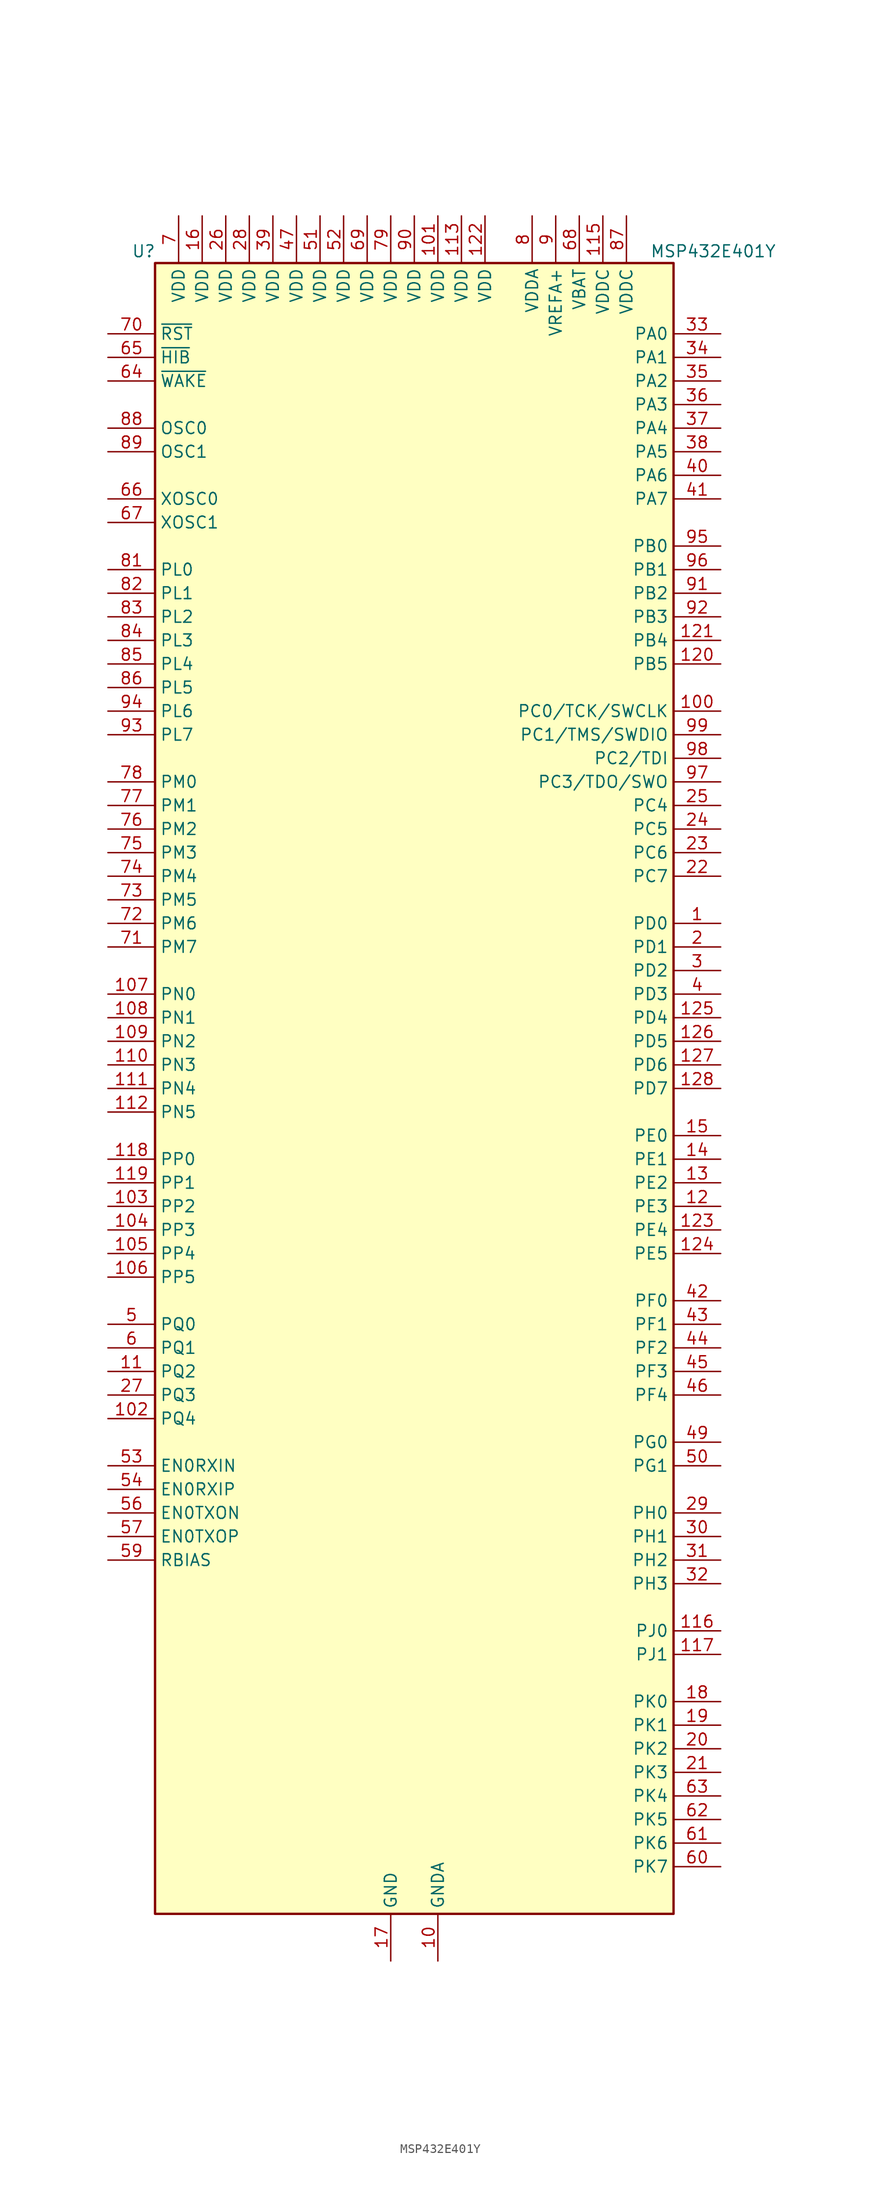
<source format=kicad_sym>
(kicad_symbol_lib
  (version 20201005)
  (generator kicad_symbol_editor)
  (symbol "MCU_Texas:MSP432E401Y"
    (property "Reference" "U"
      (at -30.48 90.17 0)
      (effects (font (size 1.27 1.27)) (justify left)))
    (property "Value" "MSP432E401Y"
      (at 25.4 90.17 0)
      (effects (font (size 1.27 1.27)) (justify left)))
    (symbol "MSP432E401Y_1_1"
      (rectangle (start -27.94 -88.9) (end 27.94 88.9) (stroke (width 0.254)) (fill (type background)))
      (pin bidirectional line (at 33.02 17.78 180) (length 5.08) (name "PD0" (effects (font (size 1.27 1.27)))) (number "1" (effects (font (size 1.27 1.27)))))
      (pin power_in line (at 2.54 -93.98 90) (length 5.08) (name "GNDA" (effects (font (size 1.27 1.27)))) (number "10" (effects (font (size 1.27 1.27)))))
      (pin bidirectional line (at 33.02 40.64 180) (length 5.08) (name "PC0/TCK/SWCLK" (effects (font (size 1.27 1.27)))) (number "100" (effects (font (size 1.27 1.27)))))
      (pin power_in line (at 2.54 93.98 270) (length 5.08) (name "VDD" (effects (font (size 1.27 1.27)))) (number "101" (effects (font (size 1.27 1.27)))))
      (pin bidirectional line (at -33.02 -35.56 0) (length 5.08) (name "PQ4" (effects (font (size 1.27 1.27)))) (number "102" (effects (font (size 1.27 1.27)))))
      (pin bidirectional line (at -33.02 -12.7 0) (length 5.08) (name "PP2" (effects (font (size 1.27 1.27)))) (number "103" (effects (font (size 1.27 1.27)))))
      (pin bidirectional line (at -33.02 -15.24 0) (length 5.08) (name "PP3" (effects (font (size 1.27 1.27)))) (number "104" (effects (font (size 1.27 1.27)))))
      (pin bidirectional line (at -33.02 -17.78 0) (length 5.08) (name "PP4" (effects (font (size 1.27 1.27)))) (number "105" (effects (font (size 1.27 1.27)))))
      (pin bidirectional line (at -33.02 -20.32 0) (length 5.08) (name "PP5" (effects (font (size 1.27 1.27)))) (number "106" (effects (font (size 1.27 1.27)))))
      (pin bidirectional line (at -33.02 10.16 0) (length 5.08) (name "PN0" (effects (font (size 1.27 1.27)))) (number "107" (effects (font (size 1.27 1.27)))))
      (pin bidirectional line (at -33.02 7.62 0) (length 5.08) (name "PN1" (effects (font (size 1.27 1.27)))) (number "108" (effects (font (size 1.27 1.27)))))
      (pin bidirectional line (at -33.02 5.08 0) (length 5.08) (name "PN2" (effects (font (size 1.27 1.27)))) (number "109" (effects (font (size 1.27 1.27)))))
      (pin bidirectional line (at -33.02 -30.48 0) (length 5.08) (name "PQ2" (effects (font (size 1.27 1.27)))) (number "11" (effects (font (size 1.27 1.27)))))
      (pin bidirectional line (at -33.02 2.54 0) (length 5.08) (name "PN3" (effects (font (size 1.27 1.27)))) (number "110" (effects (font (size 1.27 1.27)))))
      (pin bidirectional line (at -33.02 0 0) (length 5.08) (name "PN4" (effects (font (size 1.27 1.27)))) (number "111" (effects (font (size 1.27 1.27)))))
      (pin bidirectional line (at -33.02 -2.54 0) (length 5.08) (name "PN5" (effects (font (size 1.27 1.27)))) (number "112" (effects (font (size 1.27 1.27)))))
      (pin power_in line (at 5.08 93.98 270) (length 5.08) (name "VDD" (effects (font (size 1.27 1.27)))) (number "113" (effects (font (size 1.27 1.27)))))
      (pin passive line (at -2.54 -93.98 90) (length 5.08) hide (name "GND" (effects (font (size 1.27 1.27)))) (number "114" (effects (font (size 1.27 1.27)))))
      (pin power_in line (at 20.32 93.98 270) (length 5.08) (name "VDDC" (effects (font (size 1.27 1.27)))) (number "115" (effects (font (size 1.27 1.27)))))
      (pin bidirectional line (at 33.02 -58.42 180) (length 5.08) (name "PJ0" (effects (font (size 1.27 1.27)))) (number "116" (effects (font (size 1.27 1.27)))))
      (pin bidirectional line (at 33.02 -60.96 180) (length 5.08) (name "PJ1" (effects (font (size 1.27 1.27)))) (number "117" (effects (font (size 1.27 1.27)))))
      (pin bidirectional line (at -33.02 -7.62 0) (length 5.08) (name "PP0" (effects (font (size 1.27 1.27)))) (number "118" (effects (font (size 1.27 1.27)))))
      (pin bidirectional line (at -33.02 -10.16 0) (length 5.08) (name "PP1" (effects (font (size 1.27 1.27)))) (number "119" (effects (font (size 1.27 1.27)))))
      (pin bidirectional line (at 33.02 -12.7 180) (length 5.08) (name "PE3" (effects (font (size 1.27 1.27)))) (number "12" (effects (font (size 1.27 1.27)))))
      (pin bidirectional line (at 33.02 45.72 180) (length 5.08) (name "PB5" (effects (font (size 1.27 1.27)))) (number "120" (effects (font (size 1.27 1.27)))))
      (pin bidirectional line (at 33.02 48.26 180) (length 5.08) (name "PB4" (effects (font (size 1.27 1.27)))) (number "121" (effects (font (size 1.27 1.27)))))
      (pin power_in line (at 7.62 93.98 270) (length 5.08) (name "VDD" (effects (font (size 1.27 1.27)))) (number "122" (effects (font (size 1.27 1.27)))))
      (pin bidirectional line (at 33.02 -15.24 180) (length 5.08) (name "PE4" (effects (font (size 1.27 1.27)))) (number "123" (effects (font (size 1.27 1.27)))))
      (pin bidirectional line (at 33.02 -17.78 180) (length 5.08) (name "PE5" (effects (font (size 1.27 1.27)))) (number "124" (effects (font (size 1.27 1.27)))))
      (pin bidirectional line (at 33.02 7.62 180) (length 5.08) (name "PD4" (effects (font (size 1.27 1.27)))) (number "125" (effects (font (size 1.27 1.27)))))
      (pin bidirectional line (at 33.02 5.08 180) (length 5.08) (name "PD5" (effects (font (size 1.27 1.27)))) (number "126" (effects (font (size 1.27 1.27)))))
      (pin bidirectional line (at 33.02 2.54 180) (length 5.08) (name "PD6" (effects (font (size 1.27 1.27)))) (number "127" (effects (font (size 1.27 1.27)))))
      (pin bidirectional line (at 33.02 0 180) (length 5.08) (name "PD7" (effects (font (size 1.27 1.27)))) (number "128" (effects (font (size 1.27 1.27)))))
      (pin bidirectional line (at 33.02 -10.16 180) (length 5.08) (name "PE2" (effects (font (size 1.27 1.27)))) (number "13" (effects (font (size 1.27 1.27)))))
      (pin bidirectional line (at 33.02 -7.62 180) (length 5.08) (name "PE1" (effects (font (size 1.27 1.27)))) (number "14" (effects (font (size 1.27 1.27)))))
      (pin bidirectional line (at 33.02 -5.08 180) (length 5.08) (name "PE0" (effects (font (size 1.27 1.27)))) (number "15" (effects (font (size 1.27 1.27)))))
      (pin power_in line (at -22.86 93.98 270) (length 5.08) (name "VDD" (effects (font (size 1.27 1.27)))) (number "16" (effects (font (size 1.27 1.27)))))
      (pin power_in line (at -2.54 -93.98 90) (length 5.08) (name "GND" (effects (font (size 1.27 1.27)))) (number "17" (effects (font (size 1.27 1.27)))))
      (pin bidirectional line (at 33.02 -66.04 180) (length 5.08) (name "PK0" (effects (font (size 1.27 1.27)))) (number "18" (effects (font (size 1.27 1.27)))))
      (pin bidirectional line (at 33.02 -68.58 180) (length 5.08) (name "PK1" (effects (font (size 1.27 1.27)))) (number "19" (effects (font (size 1.27 1.27)))))
      (pin bidirectional line (at 33.02 15.24 180) (length 5.08) (name "PD1" (effects (font (size 1.27 1.27)))) (number "2" (effects (font (size 1.27 1.27)))))
      (pin bidirectional line (at 33.02 -71.12 180) (length 5.08) (name "PK2" (effects (font (size 1.27 1.27)))) (number "20" (effects (font (size 1.27 1.27)))))
      (pin bidirectional line (at 33.02 -73.66 180) (length 5.08) (name "PK3" (effects (font (size 1.27 1.27)))) (number "21" (effects (font (size 1.27 1.27)))))
      (pin bidirectional line (at 33.02 22.86 180) (length 5.08) (name "PC7" (effects (font (size 1.27 1.27)))) (number "22" (effects (font (size 1.27 1.27)))))
      (pin bidirectional line (at 33.02 25.4 180) (length 5.08) (name "PC6" (effects (font (size 1.27 1.27)))) (number "23" (effects (font (size 1.27 1.27)))))
      (pin bidirectional line (at 33.02 27.94 180) (length 5.08) (name "PC5" (effects (font (size 1.27 1.27)))) (number "24" (effects (font (size 1.27 1.27)))))
      (pin bidirectional line (at 33.02 30.48 180) (length 5.08) (name "PC4" (effects (font (size 1.27 1.27)))) (number "25" (effects (font (size 1.27 1.27)))))
      (pin power_in line (at -20.32 93.98 270) (length 5.08) (name "VDD" (effects (font (size 1.27 1.27)))) (number "26" (effects (font (size 1.27 1.27)))))
      (pin bidirectional line (at -33.02 -33.02 0) (length 5.08) (name "PQ3" (effects (font (size 1.27 1.27)))) (number "27" (effects (font (size 1.27 1.27)))))
      (pin power_in line (at -17.78 93.98 270) (length 5.08) (name "VDD" (effects (font (size 1.27 1.27)))) (number "28" (effects (font (size 1.27 1.27)))))
      (pin bidirectional line (at 33.02 -45.72 180) (length 5.08) (name "PH0" (effects (font (size 1.27 1.27)))) (number "29" (effects (font (size 1.27 1.27)))))
      (pin bidirectional line (at 33.02 12.7 180) (length 5.08) (name "PD2" (effects (font (size 1.27 1.27)))) (number "3" (effects (font (size 1.27 1.27)))))
      (pin bidirectional line (at 33.02 -48.26 180) (length 5.08) (name "PH1" (effects (font (size 1.27 1.27)))) (number "30" (effects (font (size 1.27 1.27)))))
      (pin bidirectional line (at 33.02 -50.8 180) (length 5.08) (name "PH2" (effects (font (size 1.27 1.27)))) (number "31" (effects (font (size 1.27 1.27)))))
      (pin bidirectional line (at 33.02 -53.34 180) (length 5.08) (name "PH3" (effects (font (size 1.27 1.27)))) (number "32" (effects (font (size 1.27 1.27)))))
      (pin bidirectional line (at 33.02 81.28 180) (length 5.08) (name "PA0" (effects (font (size 1.27 1.27)))) (number "33" (effects (font (size 1.27 1.27)))))
      (pin bidirectional line (at 33.02 78.74 180) (length 5.08) (name "PA1" (effects (font (size 1.27 1.27)))) (number "34" (effects (font (size 1.27 1.27)))))
      (pin bidirectional line (at 33.02 76.2 180) (length 5.08) (name "PA2" (effects (font (size 1.27 1.27)))) (number "35" (effects (font (size 1.27 1.27)))))
      (pin bidirectional line (at 33.02 73.66 180) (length 5.08) (name "PA3" (effects (font (size 1.27 1.27)))) (number "36" (effects (font (size 1.27 1.27)))))
      (pin bidirectional line (at 33.02 71.12 180) (length 5.08) (name "PA4" (effects (font (size 1.27 1.27)))) (number "37" (effects (font (size 1.27 1.27)))))
      (pin bidirectional line (at 33.02 68.58 180) (length 5.08) (name "PA5" (effects (font (size 1.27 1.27)))) (number "38" (effects (font (size 1.27 1.27)))))
      (pin power_in line (at -15.24 93.98 270) (length 5.08) (name "VDD" (effects (font (size 1.27 1.27)))) (number "39" (effects (font (size 1.27 1.27)))))
      (pin bidirectional line (at 33.02 10.16 180) (length 5.08) (name "PD3" (effects (font (size 1.27 1.27)))) (number "4" (effects (font (size 1.27 1.27)))))
      (pin bidirectional line (at 33.02 66.04 180) (length 5.08) (name "PA6" (effects (font (size 1.27 1.27)))) (number "40" (effects (font (size 1.27 1.27)))))
      (pin bidirectional line (at 33.02 63.5 180) (length 5.08) (name "PA7" (effects (font (size 1.27 1.27)))) (number "41" (effects (font (size 1.27 1.27)))))
      (pin bidirectional line (at 33.02 -22.86 180) (length 5.08) (name "PF0" (effects (font (size 1.27 1.27)))) (number "42" (effects (font (size 1.27 1.27)))))
      (pin bidirectional line (at 33.02 -25.4 180) (length 5.08) (name "PF1" (effects (font (size 1.27 1.27)))) (number "43" (effects (font (size 1.27 1.27)))))
      (pin bidirectional line (at 33.02 -27.94 180) (length 5.08) (name "PF2" (effects (font (size 1.27 1.27)))) (number "44" (effects (font (size 1.27 1.27)))))
      (pin bidirectional line (at 33.02 -30.48 180) (length 5.08) (name "PF3" (effects (font (size 1.27 1.27)))) (number "45" (effects (font (size 1.27 1.27)))))
      (pin bidirectional line (at 33.02 -33.02 180) (length 5.08) (name "PF4" (effects (font (size 1.27 1.27)))) (number "46" (effects (font (size 1.27 1.27)))))
      (pin power_in line (at -12.7 93.98 270) (length 5.08) (name "VDD" (effects (font (size 1.27 1.27)))) (number "47" (effects (font (size 1.27 1.27)))))
      (pin passive line (at -2.54 -93.98 90) (length 5.08) hide (name "GND" (effects (font (size 1.27 1.27)))) (number "48" (effects (font (size 1.27 1.27)))))
      (pin bidirectional line (at 33.02 -38.1 180) (length 5.08) (name "PG0" (effects (font (size 1.27 1.27)))) (number "49" (effects (font (size 1.27 1.27)))))
      (pin bidirectional line (at -33.02 -25.4 0) (length 5.08) (name "PQ0" (effects (font (size 1.27 1.27)))) (number "5" (effects (font (size 1.27 1.27)))))
      (pin bidirectional line (at 33.02 -40.64 180) (length 5.08) (name "PG1" (effects (font (size 1.27 1.27)))) (number "50" (effects (font (size 1.27 1.27)))))
      (pin power_in line (at -10.16 93.98 270) (length 5.08) (name "VDD" (effects (font (size 1.27 1.27)))) (number "51" (effects (font (size 1.27 1.27)))))
      (pin power_in line (at -7.62 93.98 270) (length 5.08) (name "VDD" (effects (font (size 1.27 1.27)))) (number "52" (effects (font (size 1.27 1.27)))))
      (pin bidirectional line (at -33.02 -40.64 0) (length 5.08) (name "EN0RXIN" (effects (font (size 1.27 1.27)))) (number "53" (effects (font (size 1.27 1.27)))))
      (pin bidirectional line (at -33.02 -43.18 0) (length 5.08) (name "EN0RXIP" (effects (font (size 1.27 1.27)))) (number "54" (effects (font (size 1.27 1.27)))))
      (pin passive line (at -2.54 -93.98 90) (length 5.08) hide (name "GND" (effects (font (size 1.27 1.27)))) (number "55" (effects (font (size 1.27 1.27)))))
      (pin bidirectional line (at -33.02 -45.72 0) (length 5.08) (name "EN0TXON" (effects (font (size 1.27 1.27)))) (number "56" (effects (font (size 1.27 1.27)))))
      (pin bidirectional line (at -33.02 -48.26 0) (length 5.08) (name "EN0TXOP" (effects (font (size 1.27 1.27)))) (number "57" (effects (font (size 1.27 1.27)))))
      (pin passive line (at -2.54 -93.98 90) (length 5.08) hide (name "GND" (effects (font (size 1.27 1.27)))) (number "58" (effects (font (size 1.27 1.27)))))
      (pin passive line (at -33.02 -50.8 0) (length 5.08) (name "RBIAS" (effects (font (size 1.27 1.27)))) (number "59" (effects (font (size 1.27 1.27)))))
      (pin bidirectional line (at -33.02 -27.94 0) (length 5.08) (name "PQ1" (effects (font (size 1.27 1.27)))) (number "6" (effects (font (size 1.27 1.27)))))
      (pin bidirectional line (at 33.02 -83.82 180) (length 5.08) (name "PK7" (effects (font (size 1.27 1.27)))) (number "60" (effects (font (size 1.27 1.27)))))
      (pin bidirectional line (at 33.02 -81.28 180) (length 5.08) (name "PK6" (effects (font (size 1.27 1.27)))) (number "61" (effects (font (size 1.27 1.27)))))
      (pin bidirectional line (at 33.02 -78.74 180) (length 5.08) (name "PK5" (effects (font (size 1.27 1.27)))) (number "62" (effects (font (size 1.27 1.27)))))
      (pin bidirectional line (at 33.02 -76.2 180) (length 5.08) (name "PK4" (effects (font (size 1.27 1.27)))) (number "63" (effects (font (size 1.27 1.27)))))
      (pin input line (at -33.02 76.2 0) (length 5.08) (name "~WAKE" (effects (font (size 1.27 1.27)))) (number "64" (effects (font (size 1.27 1.27)))))
      (pin output line (at -33.02 78.74 0) (length 5.08) (name "~HIB" (effects (font (size 1.27 1.27)))) (number "65" (effects (font (size 1.27 1.27)))))
      (pin input line (at -33.02 63.5 0) (length 5.08) (name "XOSC0" (effects (font (size 1.27 1.27)))) (number "66" (effects (font (size 1.27 1.27)))))
      (pin output line (at -33.02 60.96 0) (length 5.08) (name "XOSC1" (effects (font (size 1.27 1.27)))) (number "67" (effects (font (size 1.27 1.27)))))
      (pin power_in line (at 17.78 93.98 270) (length 5.08) (name "VBAT" (effects (font (size 1.27 1.27)))) (number "68" (effects (font (size 1.27 1.27)))))
      (pin power_in line (at -5.08 93.98 270) (length 5.08) (name "VDD" (effects (font (size 1.27 1.27)))) (number "69" (effects (font (size 1.27 1.27)))))
      (pin power_in line (at -25.4 93.98 270) (length 5.08) (name "VDD" (effects (font (size 1.27 1.27)))) (number "7" (effects (font (size 1.27 1.27)))))
      (pin input line (at -33.02 81.28 0) (length 5.08) (name "~RST" (effects (font (size 1.27 1.27)))) (number "70" (effects (font (size 1.27 1.27)))))
      (pin bidirectional line (at -33.02 15.24 0) (length 5.08) (name "PM7" (effects (font (size 1.27 1.27)))) (number "71" (effects (font (size 1.27 1.27)))))
      (pin bidirectional line (at -33.02 17.78 0) (length 5.08) (name "PM6" (effects (font (size 1.27 1.27)))) (number "72" (effects (font (size 1.27 1.27)))))
      (pin bidirectional line (at -33.02 20.32 0) (length 5.08) (name "PM5" (effects (font (size 1.27 1.27)))) (number "73" (effects (font (size 1.27 1.27)))))
      (pin bidirectional line (at -33.02 22.86 0) (length 5.08) (name "PM4" (effects (font (size 1.27 1.27)))) (number "74" (effects (font (size 1.27 1.27)))))
      (pin bidirectional line (at -33.02 25.4 0) (length 5.08) (name "PM3" (effects (font (size 1.27 1.27)))) (number "75" (effects (font (size 1.27 1.27)))))
      (pin bidirectional line (at -33.02 27.94 0) (length 5.08) (name "PM2" (effects (font (size 1.27 1.27)))) (number "76" (effects (font (size 1.27 1.27)))))
      (pin bidirectional line (at -33.02 30.48 0) (length 5.08) (name "PM1" (effects (font (size 1.27 1.27)))) (number "77" (effects (font (size 1.27 1.27)))))
      (pin bidirectional line (at -33.02 33.02 0) (length 5.08) (name "PM0" (effects (font (size 1.27 1.27)))) (number "78" (effects (font (size 1.27 1.27)))))
      (pin power_in line (at -2.54 93.98 270) (length 5.08) (name "VDD" (effects (font (size 1.27 1.27)))) (number "79" (effects (font (size 1.27 1.27)))))
      (pin power_in line (at 12.7 93.98 270) (length 5.08) (name "VDDA" (effects (font (size 1.27 1.27)))) (number "8" (effects (font (size 1.27 1.27)))))
      (pin passive line (at -2.54 -93.98 90) (length 5.08) hide (name "GND" (effects (font (size 1.27 1.27)))) (number "80" (effects (font (size 1.27 1.27)))))
      (pin bidirectional line (at -33.02 55.88 0) (length 5.08) (name "PL0" (effects (font (size 1.27 1.27)))) (number "81" (effects (font (size 1.27 1.27)))))
      (pin bidirectional line (at -33.02 53.34 0) (length 5.08) (name "PL1" (effects (font (size 1.27 1.27)))) (number "82" (effects (font (size 1.27 1.27)))))
      (pin bidirectional line (at -33.02 50.8 0) (length 5.08) (name "PL2" (effects (font (size 1.27 1.27)))) (number "83" (effects (font (size 1.27 1.27)))))
      (pin bidirectional line (at -33.02 48.26 0) (length 5.08) (name "PL3" (effects (font (size 1.27 1.27)))) (number "84" (effects (font (size 1.27 1.27)))))
      (pin bidirectional line (at -33.02 45.72 0) (length 5.08) (name "PL4" (effects (font (size 1.27 1.27)))) (number "85" (effects (font (size 1.27 1.27)))))
      (pin bidirectional line (at -33.02 43.18 0) (length 5.08) (name "PL5" (effects (font (size 1.27 1.27)))) (number "86" (effects (font (size 1.27 1.27)))))
      (pin power_in line (at 22.86 93.98 270) (length 5.08) (name "VDDC" (effects (font (size 1.27 1.27)))) (number "87" (effects (font (size 1.27 1.27)))))
      (pin input line (at -33.02 71.12 0) (length 5.08) (name "OSC0" (effects (font (size 1.27 1.27)))) (number "88" (effects (font (size 1.27 1.27)))))
      (pin output line (at -33.02 68.58 0) (length 5.08) (name "OSC1" (effects (font (size 1.27 1.27)))) (number "89" (effects (font (size 1.27 1.27)))))
      (pin power_in line (at 15.24 93.98 270) (length 5.08) (name "VREFA+" (effects (font (size 1.27 1.27)))) (number "9" (effects (font (size 1.27 1.27)))))
      (pin power_in line (at 0 93.98 270) (length 5.08) (name "VDD" (effects (font (size 1.27 1.27)))) (number "90" (effects (font (size 1.27 1.27)))))
      (pin bidirectional line (at 33.02 53.34 180) (length 5.08) (name "PB2" (effects (font (size 1.27 1.27)))) (number "91" (effects (font (size 1.27 1.27)))))
      (pin bidirectional line (at 33.02 50.8 180) (length 5.08) (name "PB3" (effects (font (size 1.27 1.27)))) (number "92" (effects (font (size 1.27 1.27)))))
      (pin bidirectional line (at -33.02 38.1 0) (length 5.08) (name "PL7" (effects (font (size 1.27 1.27)))) (number "93" (effects (font (size 1.27 1.27)))))
      (pin bidirectional line (at -33.02 40.64 0) (length 5.08) (name "PL6" (effects (font (size 1.27 1.27)))) (number "94" (effects (font (size 1.27 1.27)))))
      (pin bidirectional line (at 33.02 58.42 180) (length 5.08) (name "PB0" (effects (font (size 1.27 1.27)))) (number "95" (effects (font (size 1.27 1.27)))))
      (pin bidirectional line (at 33.02 55.88 180) (length 5.08) (name "PB1" (effects (font (size 1.27 1.27)))) (number "96" (effects (font (size 1.27 1.27)))))
      (pin bidirectional line (at 33.02 33.02 180) (length 5.08) (name "PC3/TDO/SWO" (effects (font (size 1.27 1.27)))) (number "97" (effects (font (size 1.27 1.27)))))
      (pin bidirectional line (at 33.02 35.56 180) (length 5.08) (name "PC2/TDI" (effects (font (size 1.27 1.27)))) (number "98" (effects (font (size 1.27 1.27)))))
      (pin bidirectional line (at 33.02 38.1 180) (length 5.08) (name "PC1/TMS/SWDIO" (effects (font (size 1.27 1.27)))) (number "99" (effects (font (size 1.27 1.27))))))))
</source>
